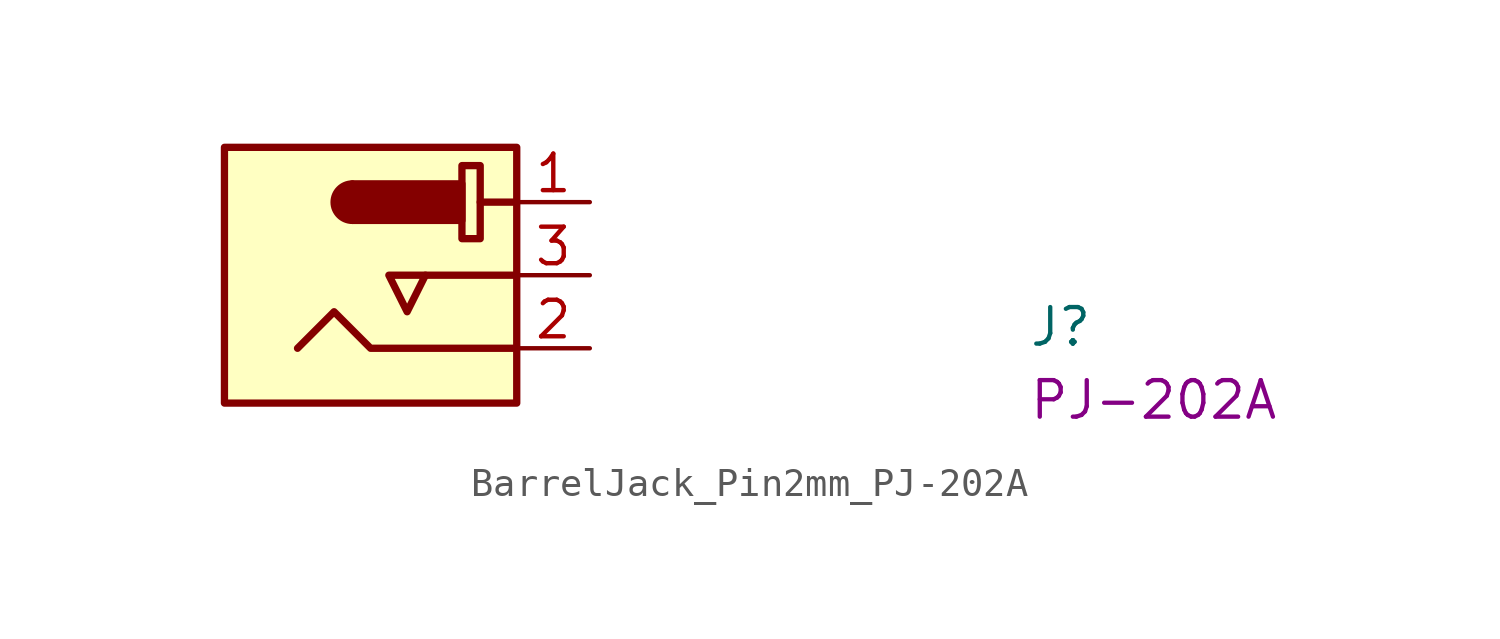
<source format=kicad_sym>
(kicad_symbol_lib
  (version 20220914)
  (generator kicad_symbol_editor)
  (symbol "BarrelJack_Pin2mm_PJ-202A"
    (property "Reference" "J"
      (at 15.24 -5.08 0)
      (effects (font (size 1.27 1.27) (thickness 0.15)) (justify left bottom)))
    (property "MPN" "PJ-202A"
      (at 15.24 -7.62 0)
      (effects (font (size 1.27 1.27) (thickness 0.15)) (justify left bottom)))
    (symbol "BarrelJack_Pin2mm_PJ-202A_1_1"
      (rectangle (start -12.7 1.905) (end -2.54 -6.985) (stroke (width 0.254) (type default)) (fill (type background)))
      (arc (start -8.255 0.635) (mid -8.8873 0) (end -8.255 -0.635) (stroke (width 0.254) (type default)) (fill (type outline)))
      (rectangle (start -8.255 0.635) (end -4.445 -0.635) (stroke (width 0.254) (type default)) (fill (type outline)))
      (rectangle (start -4.445 1.27) (end -3.81 -1.27) (stroke (width 0.254) (type default)) (fill (type background)))
      (polyline (pts (xy -2.54 -2.54) (xy -5.715 -2.54)) (stroke (width 0.254) (type default)) (fill (type background)))
      (polyline (pts (xy -2.54 0) (xy -3.81 0)) (stroke (width 0.254) (type default)) (fill (type background)))
      (polyline (pts (xy -2.54 -5.08) (xy -7.62 -5.08) (xy -8.89 -3.81) (xy -10.16 -5.08)) (stroke (width 0.254) (type default)) (fill (type background)))
      (polyline (pts (xy -6.35 -2.54) (xy -6.985 -2.54) (xy -6.35 -3.81) (xy -5.715 -2.54) (xy -6.35 -2.54)) (stroke (width 0.254) (type default)) (fill (type background)))
      (pin passive line (at 0 0 180) (length 2.54) (name "~" (effects (font (size 1.27 1.27)))) (number "1" (effects (font (size 1.27 1.27)))))
      (pin passive line (at 0 -5.08 180) (length 2.54) (name "~" (effects (font (size 1.27 1.27)))) (number "2" (effects (font (size 1.27 1.27)))))
      (pin passive line (at 0 -2.54 180) (length 2.54) (name "~" (effects (font (size 1.27 1.27)))) (number "3" (effects (font (size 1.27 1.27))))))))
</source>
